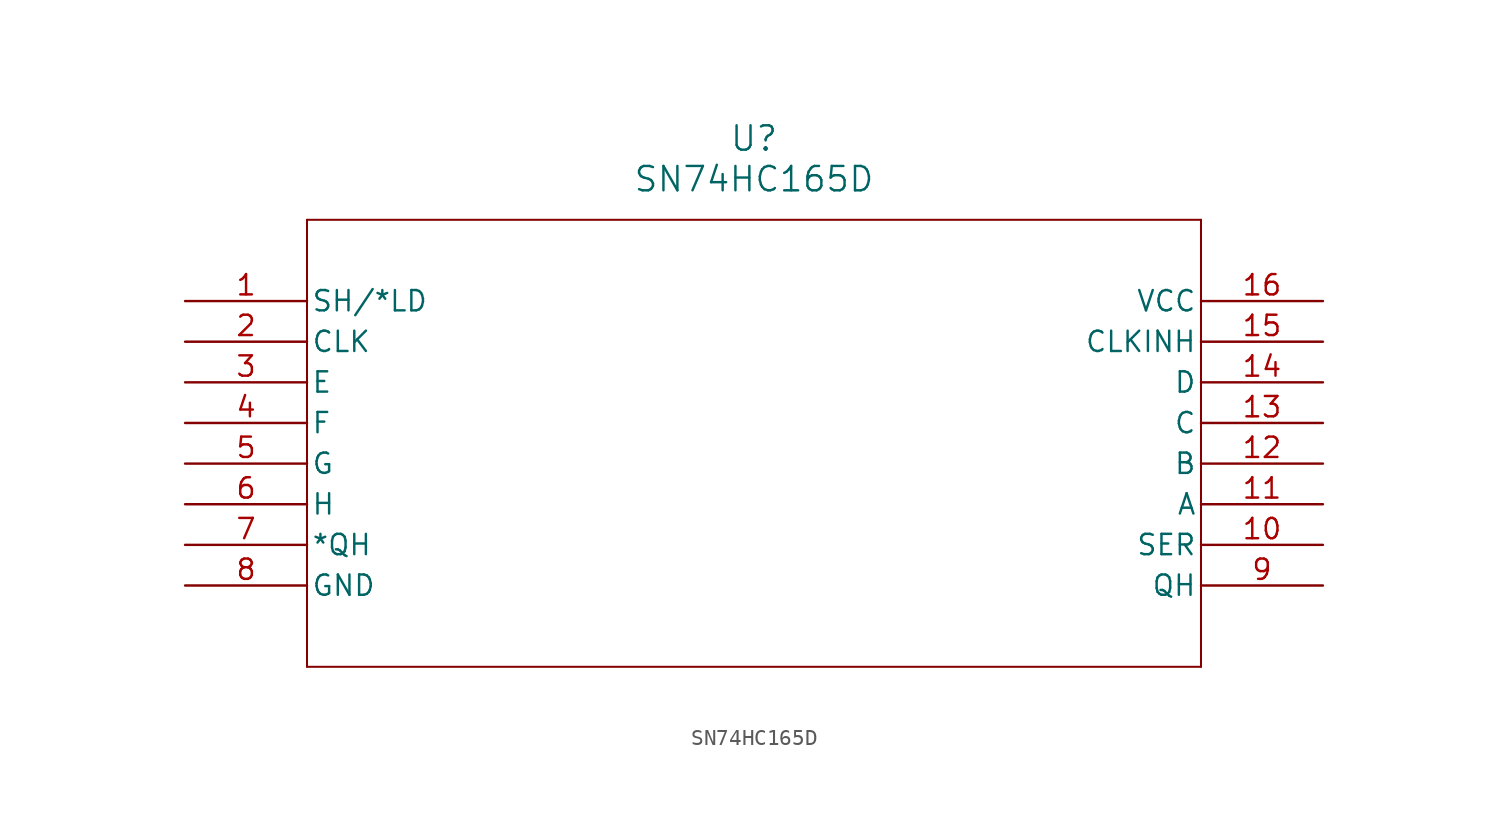
<source format=kicad_sym>
(kicad_symbol_lib
  (version 20211014)
  (generator kicad_symbol_editor)
  (symbol "SN74HC165D"
    (pin_names
      (offset 0.254))
    (property "Reference" "U"
      (at 35.56 10.16 0)
      (effects (font (size 1.524 1.524))))
    (property "Value" "SN74HC165D"
      (at 35.56 7.62 0)
      (effects (font (size 1.524 1.524))))
    (symbol "SN74HC165D_0_1"
      (polyline (pts (xy 7.62 5.08) (xy 7.62 -22.86)) (stroke (width 0.127) (type default) (color 0 0 0 0)) (fill (type none)))
      (polyline (pts (xy 7.62 -22.86) (xy 63.5 -22.86)) (stroke (width 0.127) (type default) (color 0 0 0 0)) (fill (type none)))
      (polyline (pts (xy 63.5 -22.86) (xy 63.5 5.08)) (stroke (width 0.127) (type default) (color 0 0 0 0)) (fill (type none)))
      (polyline (pts (xy 63.5 5.08) (xy 7.62 5.08)) (stroke (width 0.127) (type default) (color 0 0 0 0)) (fill (type none)))
      (pin input line (at 0 0 0) (length 7.62) (name "SH/*LD" (effects (font (size 1.27 1.27)))) (number "1" (effects (font (size 1.27 1.27)))))
      (pin input line (at 0 -2.54 0) (length 7.62) (name "CLK" (effects (font (size 1.27 1.27)))) (number "2" (effects (font (size 1.27 1.27)))))
      (pin input line (at 0 -5.08 0) (length 7.62) (name "E" (effects (font (size 1.27 1.27)))) (number "3" (effects (font (size 1.27 1.27)))))
      (pin input line (at 0 -7.62 0) (length 7.62) (name "F" (effects (font (size 1.27 1.27)))) (number "4" (effects (font (size 1.27 1.27)))))
      (pin input line (at 0 -10.16 0) (length 7.62) (name "G" (effects (font (size 1.27 1.27)))) (number "5" (effects (font (size 1.27 1.27)))))
      (pin input line (at 0 -12.7 0) (length 7.62) (name "H" (effects (font (size 1.27 1.27)))) (number "6" (effects (font (size 1.27 1.27)))))
      (pin output line (at 0 -15.24 0) (length 7.62) (name "*QH" (effects (font (size 1.27 1.27)))) (number "7" (effects (font (size 1.27 1.27)))))
      (pin power_in line (at 0 -17.78 0) (length 7.62) (name "GND" (effects (font (size 1.27 1.27)))) (number "8" (effects (font (size 1.27 1.27)))))
      (pin output line (at 71.12 -17.78 180) (length 7.62) (name "QH" (effects (font (size 1.27 1.27)))) (number "9" (effects (font (size 1.27 1.27)))))
      (pin input line (at 71.12 -15.24 180) (length 7.62) (name "SER" (effects (font (size 1.27 1.27)))) (number "10" (effects (font (size 1.27 1.27)))))
      (pin input line (at 71.12 -12.7 180) (length 7.62) (name "A" (effects (font (size 1.27 1.27)))) (number "11" (effects (font (size 1.27 1.27)))))
      (pin input line (at 71.12 -10.16 180) (length 7.62) (name "B" (effects (font (size 1.27 1.27)))) (number "12" (effects (font (size 1.27 1.27)))))
      (pin input line (at 71.12 -7.62 180) (length 7.62) (name "C" (effects (font (size 1.27 1.27)))) (number "13" (effects (font (size 1.27 1.27)))))
      (pin input line (at 71.12 -5.08 180) (length 7.62) (name "D" (effects (font (size 1.27 1.27)))) (number "14" (effects (font (size 1.27 1.27)))))
      (pin input line (at 71.12 -2.54 180) (length 7.62) (name "CLKINH" (effects (font (size 1.27 1.27)))) (number "15" (effects (font (size 1.27 1.27)))))
      (pin power_in line (at 71.12 0 180) (length 7.62) (name "VCC" (effects (font (size 1.27 1.27)))) (number "16" (effects (font (size 1.27 1.27))))))))
</source>
